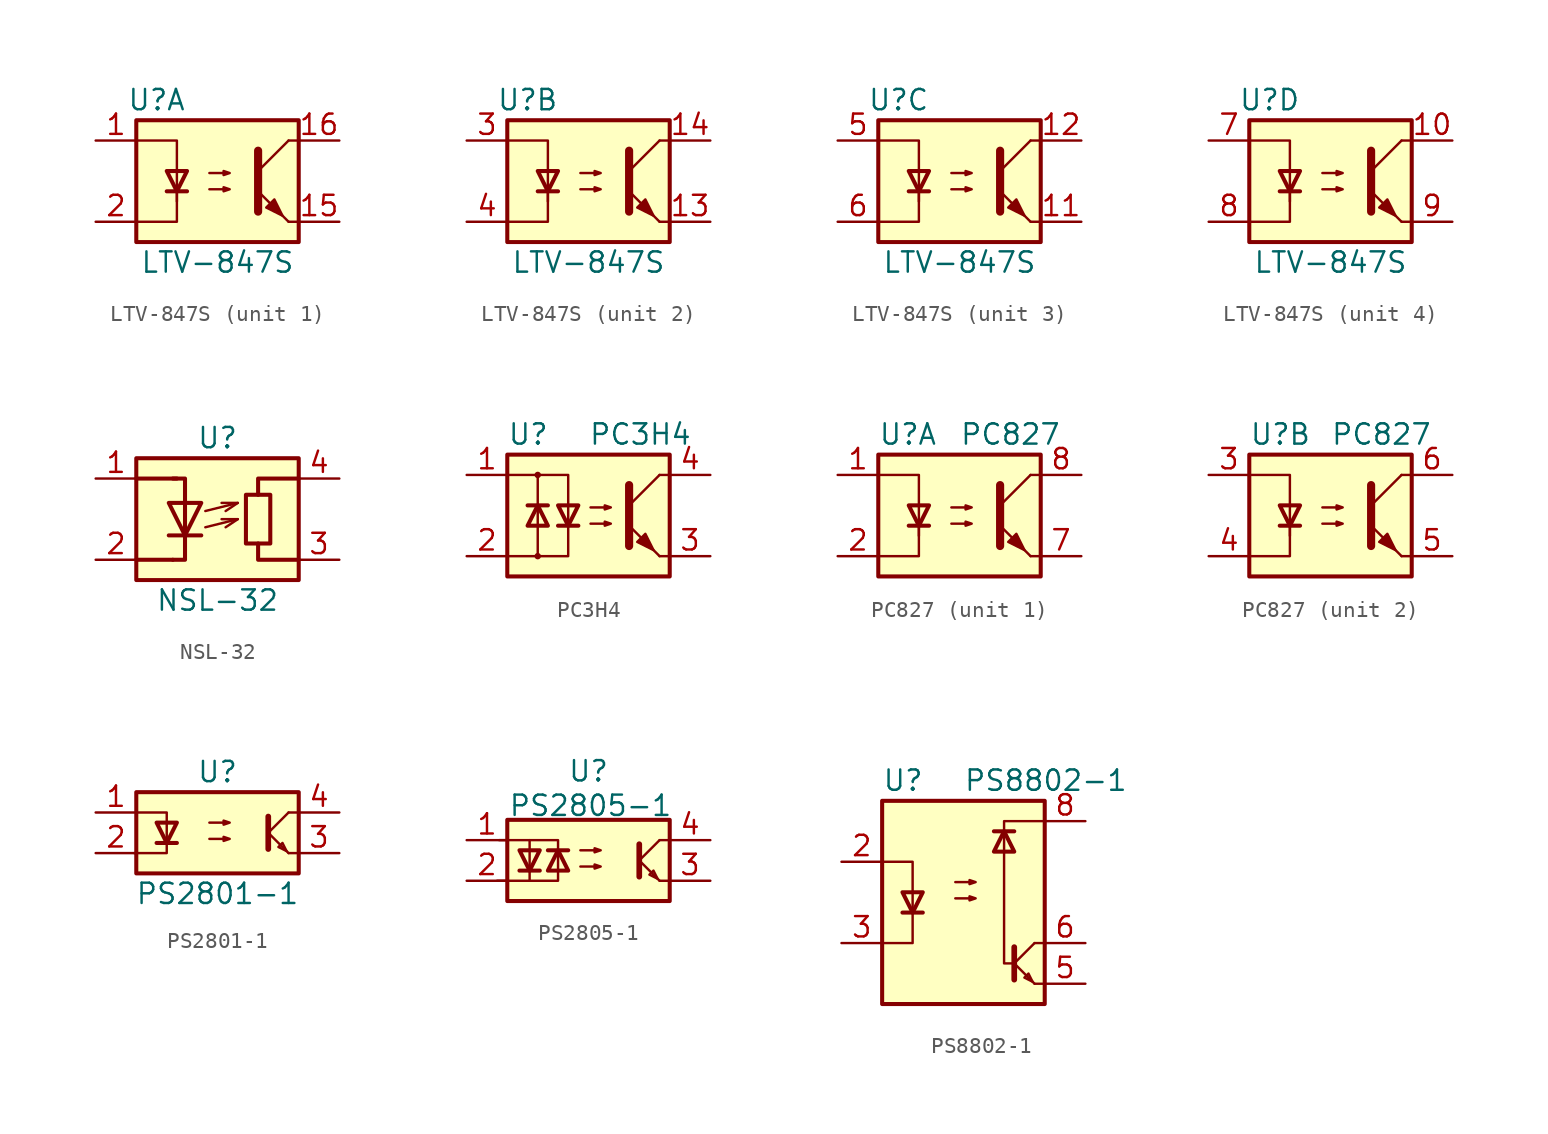
<source format=kicad_sym>
(kicad_symbol_lib
  (version 20201005)
  (generator kicad_symbol_editor)
  (symbol "LTV-847S"
    (pin_names
      (offset 1.016))
    (property "Reference" "U"
      (at -3.81 5.08 0)
      (effects (font (size 1.27 1.27))))
    (property "Value" "LTV-847S"
      (at 0 -5.08 0)
      (effects (font (size 1.27 1.27))))
    (symbol "LTV-847S_0_1"
      (rectangle (start -5.08 3.81) (end 5.08 -3.81) (stroke (width 0.254)) (fill (type background)))
      (polyline (pts (xy -3.175 -0.635) (xy -1.905 -0.635)) (stroke (width 0.254)) (fill (type none)))
      (polyline (pts (xy 2.54 0.635) (xy 4.445 2.54)) (stroke (width 0)) (fill (type none)))
      (polyline (pts (xy 4.445 -2.54) (xy 2.54 -0.635)) (stroke (width 0)) (fill (type outline)))
      (polyline (pts (xy 4.445 -2.54) (xy 5.08 -2.54)) (stroke (width 0)) (fill (type none)))
      (polyline (pts (xy 4.445 2.54) (xy 5.08 2.54)) (stroke (width 0)) (fill (type none)))
      (polyline (pts (xy -2.54 -0.635) (xy -2.54 -2.54) (xy -5.08 -2.54)) (stroke (width 0)) (fill (type none)))
      (polyline (pts (xy 2.54 1.905) (xy 2.54 -1.905) (xy 2.54 -1.905)) (stroke (width 0.508)) (fill (type none)))
      (polyline (pts (xy -5.08 2.54) (xy -2.54 2.54) (xy -2.54 -1.27) (xy -2.54 0.635)) (stroke (width 0)) (fill (type none)))
      (polyline (pts (xy -2.54 -0.635) (xy -3.175 0.635) (xy -1.905 0.635) (xy -2.54 -0.635)) (stroke (width 0.254)) (fill (type none)))
      (polyline (pts (xy -0.508 -0.508) (xy 0.762 -0.508) (xy 0.381 -0.635) (xy 0.381 -0.381) (xy 0.762 -0.508)) (stroke (width 0)) (fill (type none)))
      (polyline (pts (xy -0.508 0.508) (xy 0.762 0.508) (xy 0.381 0.381) (xy 0.381 0.635) (xy 0.762 0.508)) (stroke (width 0)) (fill (type none)))
      (polyline (pts (xy 3.048 -1.651) (xy 3.556 -1.143) (xy 4.064 -2.159) (xy 3.048 -1.651) (xy 3.048 -1.651)) (stroke (width 0)) (fill (type outline))))
    (symbol "LTV-847S_1_1"
      (pin passive line (at -7.62 2.54 0) (length 2.54) (name "~" (effects (font (size 1.27 1.27)))) (number "1" (effects (font (size 1.27 1.27)))))
      (pin passive line (at 7.62 -2.54 180) (length 2.54) (name "~" (effects (font (size 1.27 1.27)))) (number "15" (effects (font (size 1.27 1.27)))))
      (pin passive line (at 7.62 2.54 180) (length 2.54) (name "~" (effects (font (size 1.27 1.27)))) (number "16" (effects (font (size 1.27 1.27)))))
      (pin passive line (at -7.62 -2.54 0) (length 2.54) (name "~" (effects (font (size 1.27 1.27)))) (number "2" (effects (font (size 1.27 1.27))))))
    (symbol "LTV-847S_2_1"
      (pin passive line (at 7.62 -2.54 180) (length 2.54) (name "~" (effects (font (size 1.27 1.27)))) (number "13" (effects (font (size 1.27 1.27)))))
      (pin passive line (at 7.62 2.54 180) (length 2.54) (name "~" (effects (font (size 1.27 1.27)))) (number "14" (effects (font (size 1.27 1.27)))))
      (pin passive line (at -7.62 2.54 0) (length 2.54) (name "~" (effects (font (size 1.27 1.27)))) (number "3" (effects (font (size 1.27 1.27)))))
      (pin passive line (at -7.62 -2.54 0) (length 2.54) (name "~" (effects (font (size 1.27 1.27)))) (number "4" (effects (font (size 1.27 1.27))))))
    (symbol "LTV-847S_3_1"
      (pin passive line (at 7.62 -2.54 180) (length 2.54) (name "~" (effects (font (size 1.27 1.27)))) (number "11" (effects (font (size 1.27 1.27)))))
      (pin passive line (at 7.62 2.54 180) (length 2.54) (name "~" (effects (font (size 1.27 1.27)))) (number "12" (effects (font (size 1.27 1.27)))))
      (pin passive line (at -7.62 2.54 0) (length 2.54) (name "~" (effects (font (size 1.27 1.27)))) (number "5" (effects (font (size 1.27 1.27)))))
      (pin passive line (at -7.62 -2.54 0) (length 2.54) (name "~" (effects (font (size 1.27 1.27)))) (number "6" (effects (font (size 1.27 1.27))))))
    (symbol "LTV-847S_4_1"
      (pin passive line (at 7.62 2.54 180) (length 2.54) (name "~" (effects (font (size 1.27 1.27)))) (number "10" (effects (font (size 1.27 1.27)))))
      (pin passive line (at -7.62 2.54 0) (length 2.54) (name "~" (effects (font (size 1.27 1.27)))) (number "7" (effects (font (size 1.27 1.27)))))
      (pin passive line (at -7.62 -2.54 0) (length 2.54) (name "~" (effects (font (size 1.27 1.27)))) (number "8" (effects (font (size 1.27 1.27)))))
      (pin passive line (at 7.62 -2.54 180) (length 2.54) (name "~" (effects (font (size 1.27 1.27)))) (number "9" (effects (font (size 1.27 1.27)))))))
  (symbol "NSL-32"
    (pin_names
      (offset 0.762) hide)
    (property "Reference" "U"
      (at 0 5.08 0)
      (effects (font (size 1.27 1.27))))
    (property "Value" "NSL-32"
      (at 0 -5.08 0)
      (effects (font (size 1.27 1.27))))
    (symbol "NSL-32_0_1"
      (rectangle (start -5.08 3.81) (end 5.08 -3.81) (stroke (width 0.254)) (fill (type background)))
      (rectangle (start 1.778 1.524) (end 3.302 -1.524) (stroke (width 0.254)) (fill (type none)))
      (polyline (pts (xy -5.08 2.54) (xy -2.54 2.54)) (stroke (width 0.254)) (fill (type none)))
      (polyline (pts (xy -2.794 -2.54) (xy -5.08 -2.54)) (stroke (width 0.254)) (fill (type none)))
      (polyline (pts (xy -1.016 -1.016) (xy -3.048 -1.016) (xy -3.048 -1.016)) (stroke (width 0.254)) (fill (type none)))
      (polyline (pts (xy -0.762 -0.508) (xy 1.27 0) (xy 1.27 0)) (stroke (width 0)) (fill (type none)))
      (polyline (pts (xy -0.762 0.508) (xy 1.27 1.016) (xy 1.27 1.016)) (stroke (width 0)) (fill (type none)))
      (polyline (pts (xy 2.54 -1.524) (xy 2.54 -2.54) (xy 5.08 -2.54)) (stroke (width 0.254)) (fill (type none)))
      (polyline (pts (xy 2.54 1.524) (xy 2.54 2.54) (xy 5.08 2.54)) (stroke (width 0.254)) (fill (type none)))
      (polyline (pts (xy -2.794 -2.54) (xy -2.032 -2.54) (xy -2.032 2.54) (xy -2.794 2.54)) (stroke (width 0.254)) (fill (type none)))
      (polyline (pts (xy 0.254 0) (xy 1.27 0) (xy 0.508 -0.508) (xy 0.508 -0.508)) (stroke (width 0)) (fill (type none)))
      (polyline (pts (xy 0.254 1.016) (xy 1.27 1.016) (xy 0.508 0.508) (xy 0.508 0.508)) (stroke (width 0)) (fill (type none)))
      (polyline (pts (xy -1.016 1.016) (xy -3.048 1.016) (xy -2.032 -1.016) (xy -1.016 1.016) (xy -1.016 1.016) (xy -1.016 1.016)) (stroke (width 0.254)) (fill (type none))))
    (symbol "NSL-32_1_1"
      (pin passive line (at -7.62 2.54 0) (length 2.54) (name "A" (effects (font (size 1.27 1.27)))) (number "1" (effects (font (size 1.27 1.27)))))
      (pin passive line (at -7.62 -2.54 0) (length 2.54) (name "K" (effects (font (size 1.27 1.27)))) (number "2" (effects (font (size 1.27 1.27)))))
      (pin passive line (at 7.62 -2.54 180) (length 2.54) (name "R" (effects (font (size 1.27 1.27)))) (number "3" (effects (font (size 1.27 1.27)))))
      (pin passive line (at 7.62 2.54 180) (length 2.54) (name "R" (effects (font (size 1.27 1.27)))) (number "4" (effects (font (size 1.27 1.27)))))))
  (symbol "PC3H4"
    (pin_names
      (offset 1.016))
    (property "Reference" "U"
      (at -5.08 5.08 0)
      (effects (font (size 1.27 1.27)) (justify left)))
    (property "Value" "PC3H4"
      (at 0 5.08 0)
      (effects (font (size 1.27 1.27)) (justify left)))
    (symbol "PC3H4_0_1"
      (circle (center -3.175 -2.54) (radius 0.127) (stroke (width 0)) (fill (type none)))
      (circle (center -3.175 2.54) (radius 0.127) (stroke (width 0)) (fill (type none)))
      (rectangle (start -5.08 3.81) (end 5.08 -3.81) (stroke (width 0.254)) (fill (type background)))
      (polyline (pts (xy -3.81 0.635) (xy -2.54 0.635)) (stroke (width 0.254)) (fill (type none)))
      (polyline (pts (xy -3.175 -0.635) (xy -3.175 -2.54)) (stroke (width 0)) (fill (type none)))
      (polyline (pts (xy -3.175 -0.635) (xy -3.175 2.54)) (stroke (width 0)) (fill (type none)))
      (polyline (pts (xy -1.905 -0.635) (xy -0.635 -0.635)) (stroke (width 0.254)) (fill (type none)))
      (polyline (pts (xy 2.54 0.635) (xy 4.445 2.54)) (stroke (width 0)) (fill (type none)))
      (polyline (pts (xy 4.445 -2.54) (xy 2.54 -0.635)) (stroke (width 0)) (fill (type outline)))
      (polyline (pts (xy 4.445 -2.54) (xy 5.08 -2.54)) (stroke (width 0)) (fill (type none)))
      (polyline (pts (xy 4.445 2.54) (xy 5.08 2.54)) (stroke (width 0)) (fill (type none)))
      (polyline (pts (xy -5.08 2.54) (xy -1.27 2.54) (xy -1.27 -0.635)) (stroke (width 0)) (fill (type none)))
      (polyline (pts (xy -1.27 -0.635) (xy -1.27 -2.54) (xy -5.08 -2.54)) (stroke (width 0)) (fill (type none)))
      (polyline (pts (xy 2.54 1.905) (xy 2.54 -1.905) (xy 2.54 -1.905)) (stroke (width 0.508)) (fill (type none)))
      (polyline (pts (xy -3.175 0.635) (xy -3.81 -0.635) (xy -2.54 -0.635) (xy -3.175 0.635)) (stroke (width 0.254)) (fill (type none)))
      (polyline (pts (xy -1.27 -0.635) (xy -1.905 0.635) (xy -0.635 0.635) (xy -1.27 -0.635)) (stroke (width 0.254)) (fill (type none)))
      (polyline (pts (xy 0.127 -0.508) (xy 1.397 -0.508) (xy 1.016 -0.635) (xy 1.016 -0.381) (xy 1.397 -0.508)) (stroke (width 0)) (fill (type none)))
      (polyline (pts (xy 0.127 0.508) (xy 1.397 0.508) (xy 1.016 0.381) (xy 1.016 0.635) (xy 1.397 0.508)) (stroke (width 0)) (fill (type none)))
      (polyline (pts (xy 3.048 -1.651) (xy 3.556 -1.143) (xy 4.064 -2.159) (xy 3.048 -1.651) (xy 3.048 -1.651)) (stroke (width 0)) (fill (type outline))))
    (symbol "PC3H4_1_1"
      (pin passive line (at -7.62 2.54 0) (length 2.54) (name "~" (effects (font (size 1.27 1.27)))) (number "1" (effects (font (size 1.27 1.27)))))
      (pin passive line (at -7.62 -2.54 0) (length 2.54) (name "~" (effects (font (size 1.27 1.27)))) (number "2" (effects (font (size 1.27 1.27)))))
      (pin passive line (at 7.62 -2.54 180) (length 2.54) (name "~" (effects (font (size 1.27 1.27)))) (number "3" (effects (font (size 1.27 1.27)))))
      (pin passive line (at 7.62 2.54 180) (length 2.54) (name "~" (effects (font (size 1.27 1.27)))) (number "4" (effects (font (size 1.27 1.27)))))))
  (symbol "PC827"
    (pin_names
      (offset 1.016))
    (property "Reference" "U"
      (at -5.08 5.08 0)
      (effects (font (size 1.27 1.27)) (justify left)))
    (property "Value" "PC827"
      (at 0 5.08 0)
      (effects (font (size 1.27 1.27)) (justify left)))
    (symbol "PC827_0_1"
      (rectangle (start -5.08 3.81) (end 5.08 -3.81) (stroke (width 0.254)) (fill (type background)))
      (polyline (pts (xy -3.175 -0.635) (xy -1.905 -0.635)) (stroke (width 0.254)) (fill (type none)))
      (polyline (pts (xy 2.54 0.635) (xy 4.445 2.54)) (stroke (width 0)) (fill (type none)))
      (polyline (pts (xy 4.445 -2.54) (xy 2.54 -0.635)) (stroke (width 0)) (fill (type outline)))
      (polyline (pts (xy 4.445 -2.54) (xy 5.08 -2.54)) (stroke (width 0)) (fill (type none)))
      (polyline (pts (xy 4.445 2.54) (xy 5.08 2.54)) (stroke (width 0)) (fill (type none)))
      (polyline (pts (xy -2.54 -0.635) (xy -2.54 -2.54) (xy -5.08 -2.54)) (stroke (width 0)) (fill (type none)))
      (polyline (pts (xy 2.54 1.905) (xy 2.54 -1.905) (xy 2.54 -1.905)) (stroke (width 0.508)) (fill (type none)))
      (polyline (pts (xy -5.08 2.54) (xy -2.54 2.54) (xy -2.54 -1.27) (xy -2.54 0.635)) (stroke (width 0)) (fill (type none)))
      (polyline (pts (xy -2.54 -0.635) (xy -3.175 0.635) (xy -1.905 0.635) (xy -2.54 -0.635)) (stroke (width 0.254)) (fill (type none)))
      (polyline (pts (xy -0.508 -0.508) (xy 0.762 -0.508) (xy 0.381 -0.635) (xy 0.381 -0.381) (xy 0.762 -0.508)) (stroke (width 0)) (fill (type none)))
      (polyline (pts (xy -0.508 0.508) (xy 0.762 0.508) (xy 0.381 0.381) (xy 0.381 0.635) (xy 0.762 0.508)) (stroke (width 0)) (fill (type none)))
      (polyline (pts (xy 3.048 -1.651) (xy 3.556 -1.143) (xy 4.064 -2.159) (xy 3.048 -1.651) (xy 3.048 -1.651)) (stroke (width 0)) (fill (type outline))))
    (symbol "PC827_1_1"
      (pin passive line (at -7.62 2.54 0) (length 2.54) (name "~" (effects (font (size 1.27 1.27)))) (number "1" (effects (font (size 1.27 1.27)))))
      (pin passive line (at -7.62 -2.54 0) (length 2.54) (name "~" (effects (font (size 1.27 1.27)))) (number "2" (effects (font (size 1.27 1.27)))))
      (pin passive line (at 7.62 -2.54 180) (length 2.54) (name "~" (effects (font (size 1.27 1.27)))) (number "7" (effects (font (size 1.27 1.27)))))
      (pin passive line (at 7.62 2.54 180) (length 2.54) (name "~" (effects (font (size 1.27 1.27)))) (number "8" (effects (font (size 1.27 1.27))))))
    (symbol "PC827_2_1"
      (pin passive line (at -7.62 2.54 0) (length 2.54) (name "~" (effects (font (size 1.27 1.27)))) (number "3" (effects (font (size 1.27 1.27)))))
      (pin passive line (at -7.62 -2.54 0) (length 2.54) (name "~" (effects (font (size 1.27 1.27)))) (number "4" (effects (font (size 1.27 1.27)))))
      (pin passive line (at 7.62 -2.54 180) (length 2.54) (name "~" (effects (font (size 1.27 1.27)))) (number "5" (effects (font (size 1.27 1.27)))))
      (pin passive line (at 7.62 2.54 180) (length 2.54) (name "~" (effects (font (size 1.27 1.27)))) (number "6" (effects (font (size 1.27 1.27)))))))
  (symbol "PS2801-1"
    (pin_names
      (offset 1.016))
    (property "Reference" "U"
      (at 0 3.81 0)
      (effects (font (size 1.27 1.27))))
    (property "Value" "PS2801-1"
      (at 0 -3.81 0)
      (effects (font (size 1.27 1.27))))
    (symbol "PS2801-1_0_1"
      (polyline (pts (xy -5.207 -1.27) (xy -3.175 -1.27) (xy -3.175 1.27) (xy -5.08 1.27)) (stroke (width 0)) (fill (type none))))
    (symbol "PS2801-1_1_1"
      (rectangle (start -5.08 2.54) (end 5.08 -2.54) (stroke (width 0.254)) (fill (type background)))
      (polyline (pts (xy -3.81 -0.635) (xy -2.54 -0.635)) (stroke (width 0.254)) (fill (type none)))
      (polyline (pts (xy 3.175 1.016) (xy 3.175 -1.016)) (stroke (width 0.356)) (fill (type none)))
      (polyline (pts (xy 3.302 -0.127) (xy 4.445 -1.27)) (stroke (width 0)) (fill (type none)))
      (polyline (pts (xy 3.302 0.127) (xy 4.445 1.27)) (stroke (width 0)) (fill (type none)))
      (polyline (pts (xy 5.08 -1.27) (xy 4.445 -1.27)) (stroke (width 0)) (fill (type none)))
      (polyline (pts (xy 5.08 1.27) (xy 4.445 1.27)) (stroke (width 0)) (fill (type none)))
      (polyline (pts (xy -3.175 -0.635) (xy -3.81 0.635) (xy -2.54 0.635) (xy -3.175 -0.635)) (stroke (width 0.254)) (fill (type none)))
      (polyline (pts (xy 4.318 -1.143) (xy 4.064 -0.635) (xy 3.81 -0.889) (xy 4.318 -1.143)) (stroke (width 0)) (fill (type none)))
      (polyline (pts (xy -0.508 -0.381) (xy 0.762 -0.381) (xy 0.381 -0.508) (xy 0.381 -0.254) (xy 0.762 -0.381)) (stroke (width 0)) (fill (type none)))
      (polyline (pts (xy -0.508 0.635) (xy 0.762 0.635) (xy 0.381 0.508) (xy 0.381 0.762) (xy 0.762 0.635)) (stroke (width 0)) (fill (type none)))
      (pin passive line (at -7.62 1.27 0) (length 2.54) (name "~" (effects (font (size 1.27 1.27)))) (number "1" (effects (font (size 1.27 1.27)))))
      (pin passive line (at -7.62 -1.27 0) (length 2.54) (name "~" (effects (font (size 1.27 1.27)))) (number "2" (effects (font (size 1.27 1.27)))))
      (pin passive line (at 7.62 -1.27 180) (length 2.54) (name "~" (effects (font (size 1.27 1.27)))) (number "3" (effects (font (size 1.27 1.27)))))
      (pin passive line (at 7.62 1.27 180) (length 2.54) (name "~" (effects (font (size 1.27 1.27)))) (number "4" (effects (font (size 1.27 1.27)))))))
  (symbol "PS2805-1"
    (pin_names
      (offset 1.016))
    (property "Reference" "U"
      (at 0 5.588 0)
      (effects (font (size 1.27 1.27))))
    (property "Value" "PS2805-1"
      (at 0.127 3.429 0)
      (effects (font (size 1.27 1.27))))
    (symbol "PS2805-1_0_1"
      (polyline (pts (xy -3.683 1.27) (xy -1.905 1.27) (xy -1.905 -1.27) (xy -3.683 -1.27)) (stroke (width 0)) (fill (type none))))
    (symbol "PS2805-1_1_1"
      (rectangle (start -5.08 2.54) (end 5.08 -2.54) (stroke (width 0.254)) (fill (type background)))
      (polyline (pts (xy -4.318 -0.635) (xy -3.048 -0.635)) (stroke (width 0.254)) (fill (type none)))
      (polyline (pts (xy -1.27 0.635) (xy -2.54 0.635)) (stroke (width 0.254)) (fill (type none)))
      (polyline (pts (xy 3.175 1.016) (xy 3.175 -1.016)) (stroke (width 0.356)) (fill (type none)))
      (polyline (pts (xy 3.302 -0.127) (xy 4.445 -1.27)) (stroke (width 0)) (fill (type none)))
      (polyline (pts (xy 3.302 0.127) (xy 4.445 1.27)) (stroke (width 0)) (fill (type none)))
      (polyline (pts (xy 5.08 -1.27) (xy 4.445 -1.27)) (stroke (width 0)) (fill (type none)))
      (polyline (pts (xy 5.08 1.27) (xy 4.445 1.27)) (stroke (width 0)) (fill (type none)))
      (polyline (pts (xy -5.715 -1.27) (xy -3.683 -1.27) (xy -3.683 1.27) (xy -5.588 1.27)) (stroke (width 0)) (fill (type none)))
      (polyline (pts (xy -3.683 -0.635) (xy -4.318 0.635) (xy -3.048 0.635) (xy -3.683 -0.635)) (stroke (width 0.254)) (fill (type none)))
      (polyline (pts (xy -1.905 0.635) (xy -1.27 -0.635) (xy -2.54 -0.635) (xy -1.905 0.635)) (stroke (width 0.254)) (fill (type none)))
      (polyline (pts (xy 4.318 -1.143) (xy 4.064 -0.635) (xy 3.81 -0.889) (xy 4.318 -1.143)) (stroke (width 0)) (fill (type none)))
      (polyline (pts (xy -0.508 -0.381) (xy 0.762 -0.381) (xy 0.381 -0.508) (xy 0.381 -0.254) (xy 0.762 -0.381)) (stroke (width 0)) (fill (type none)))
      (polyline (pts (xy -0.508 0.635) (xy 0.762 0.635) (xy 0.381 0.508) (xy 0.381 0.762) (xy 0.762 0.635)) (stroke (width 0)) (fill (type none)))
      (pin passive line (at -7.62 1.27 0) (length 2.54) (name "~" (effects (font (size 1.27 1.27)))) (number "1" (effects (font (size 1.27 1.27)))))
      (pin passive line (at -7.62 -1.27 0) (length 2.54) (name "~" (effects (font (size 1.27 1.27)))) (number "2" (effects (font (size 1.27 1.27)))))
      (pin passive line (at 7.62 -1.27 180) (length 2.54) (name "~" (effects (font (size 1.27 1.27)))) (number "3" (effects (font (size 1.27 1.27)))))
      (pin passive line (at 7.62 1.27 180) (length 2.54) (name "~" (effects (font (size 1.27 1.27)))) (number "4" (effects (font (size 1.27 1.27)))))))
  (symbol "PS8802-1"
    (pin_names hide)
    (property "Reference" "U"
      (at -5.08 7.62 0)
      (effects (font (size 1.27 1.27)) (justify left)))
    (property "Value" "PS8802-1"
      (at 0 7.62 0)
      (effects (font (size 1.27 1.27)) (justify left)))
    (symbol "PS8802-1_0_1"
      (rectangle (start -5.08 6.35) (end 5.08 -6.35) (stroke (width 0.254)) (fill (type background)))
      (polyline (pts (xy -3.81 -0.635) (xy -2.54 -0.635)) (stroke (width 0.254)) (fill (type none)))
      (polyline (pts (xy 1.905 4.445) (xy 3.175 4.445)) (stroke (width 0.254)) (fill (type none)))
      (polyline (pts (xy 3.175 -2.794) (xy 3.175 -4.826)) (stroke (width 0.356)) (fill (type none)))
      (polyline (pts (xy 3.302 -3.937) (xy 4.445 -5.08)) (stroke (width 0)) (fill (type none)))
      (polyline (pts (xy 3.302 -3.683) (xy 4.445 -2.54)) (stroke (width 0)) (fill (type none)))
      (polyline (pts (xy 5.08 -5.08) (xy 4.445 -5.08)) (stroke (width 0)) (fill (type none)))
      (polyline (pts (xy 5.08 -2.54) (xy 4.445 -2.54)) (stroke (width 0)) (fill (type none)))
      (polyline (pts (xy -5.08 2.54) (xy -3.175 2.54) (xy -3.175 -2.54) (xy -5.08 -2.54)) (stroke (width 0)) (fill (type none)))
      (polyline (pts (xy -3.175 -0.635) (xy -3.81 0.635) (xy -2.54 0.635) (xy -3.175 -0.635)) (stroke (width 0.254)) (fill (type none)))
      (polyline (pts (xy 2.54 4.445) (xy 1.905 3.175) (xy 3.175 3.175) (xy 2.54 4.445)) (stroke (width 0.254)) (fill (type none)))
      (polyline (pts (xy 4.318 -4.953) (xy 4.064 -4.445) (xy 3.81 -4.699) (xy 4.318 -4.953)) (stroke (width 0)) (fill (type none)))
      (polyline (pts (xy -0.508 0.254) (xy 0.762 0.254) (xy 0.381 0.127) (xy 0.381 0.381) (xy 0.762 0.254)) (stroke (width 0)) (fill (type none)))
      (polyline (pts (xy -0.508 1.27) (xy 0.762 1.27) (xy 0.381 1.143) (xy 0.381 1.397) (xy 0.762 1.27)) (stroke (width 0)) (fill (type none)))
      (polyline (pts (xy 5.08 5.08) (xy 2.54 5.08) (xy 2.54 1.905) (xy 2.54 -3.81) (xy 3.175 -3.81)) (stroke (width 0)) (fill (type none))))
    (symbol "PS8802-1_1_1"
      (pin no_connect line (at -5.08 5.08 0) (length 2.54) hide (name "NC" (effects (font (size 1.27 1.27)))) (number "1" (effects (font (size 1.27 1.27)))))
      (pin passive line (at -7.62 2.54 0) (length 2.54) (name "A" (effects (font (size 1.27 1.27)))) (number "2" (effects (font (size 1.27 1.27)))))
      (pin passive line (at -7.62 -2.54 0) (length 2.54) (name "C" (effects (font (size 1.27 1.27)))) (number "3" (effects (font (size 1.27 1.27)))))
      (pin no_connect line (at -5.08 -5.08 0) (length 2.54) hide (name "NC" (effects (font (size 1.27 1.27)))) (number "4" (effects (font (size 1.27 1.27)))))
      (pin passive line (at 7.62 -5.08 180) (length 2.54) (name "GND" (effects (font (size 1.27 1.27)))) (number "5" (effects (font (size 1.27 1.27)))))
      (pin passive line (at 7.62 -2.54 180) (length 2.54) (name "VO" (effects (font (size 1.27 1.27)))) (number "6" (effects (font (size 1.27 1.27)))))
      (pin no_connect line (at 5.08 2.54 180) (length 2.54) hide (name "NC" (effects (font (size 1.27 1.27)))) (number "7" (effects (font (size 1.27 1.27)))))
      (pin passive line (at 7.62 5.08 180) (length 2.54) (name "VCC" (effects (font (size 1.27 1.27)))) (number "8" (effects (font (size 1.27 1.27))))))))
</source>
